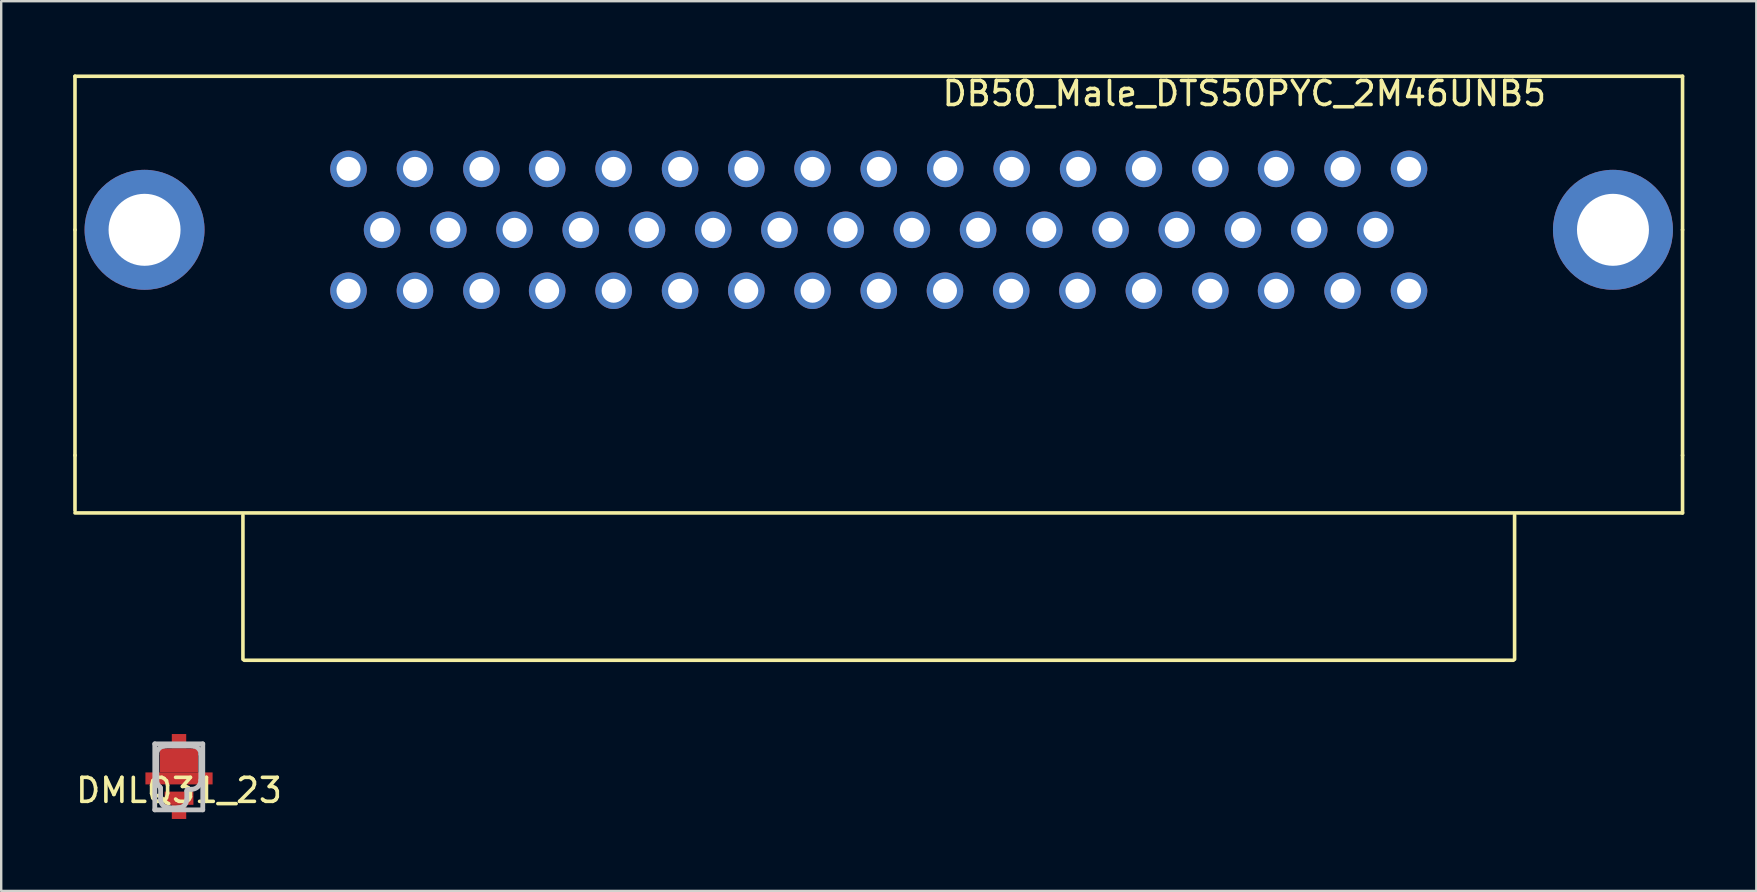
<source format=kicad_pcb>
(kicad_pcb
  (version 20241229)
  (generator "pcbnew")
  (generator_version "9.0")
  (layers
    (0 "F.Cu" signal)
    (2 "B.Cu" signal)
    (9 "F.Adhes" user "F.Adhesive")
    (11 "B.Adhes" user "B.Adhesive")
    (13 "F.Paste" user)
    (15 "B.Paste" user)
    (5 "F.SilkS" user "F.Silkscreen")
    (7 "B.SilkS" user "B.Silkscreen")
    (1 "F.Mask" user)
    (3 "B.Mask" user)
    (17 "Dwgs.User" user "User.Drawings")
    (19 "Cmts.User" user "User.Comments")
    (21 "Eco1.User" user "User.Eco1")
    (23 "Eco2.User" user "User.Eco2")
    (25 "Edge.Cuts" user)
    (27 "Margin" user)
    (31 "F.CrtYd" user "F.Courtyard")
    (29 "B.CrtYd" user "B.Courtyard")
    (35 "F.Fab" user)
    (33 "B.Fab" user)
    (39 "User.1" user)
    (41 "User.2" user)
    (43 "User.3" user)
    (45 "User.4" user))
  (footprint "DMLQ31_23"
    (layer "F.Cu")
    (at 4.411 29.393)
    (property "Reference" "DMLQ31_23" (at 0 0.5 180) (layer "F.SilkS") (effects (font (size 1 1) (thickness 0.15))))
    (attr through_hole)
    (fp_line (start -1.01 -1.44) (end -1.01 1.31) (stroke (width 0.2) (type solid)) (layer "Dwgs.User"))
    (fp_line (start -1.01 1.31) (end 0.99 1.31) (stroke (width 0.2) (type solid)) (layer "Dwgs.User"))
    (fp_line (start -0.927 -1.01) (end -0.927 0.07) (stroke (width 0.2) (type solid)) (layer "Dwgs.User"))
    (fp_line (start -0.768 0.414) (end -0.768 0.884) (stroke (width 0.2) (type solid)) (layer "Dwgs.User"))
    (fp_line (start -0.385 1.228) (end -0.06 1.228) (stroke (width 0.2) (type solid)) (layer "Dwgs.User"))
    (fp_line (start 0.323 0.88) (end 0.323 0.52) (stroke (width 0.2) (type solid)) (layer "Dwgs.User"))
    (fp_line (start 0.39 0.453) (end 0.525 0.453) (stroke (width 0.2) (type solid)) (layer "Dwgs.User"))
    (fp_line (start 0.525 -1.358) (end -0.545 -1.358) (stroke (width 0.2) (type solid)) (layer "Dwgs.User"))
    (fp_line (start 0.908 0.07) (end 0.908 -1.01) (stroke (width 0.2) (type solid)) (layer "Dwgs.User"))
    (fp_line (start 0.99 -1.44) (end -1.01 -1.44) (stroke (width 0.2) (type solid)) (layer "Dwgs.User"))
    (fp_line (start 0.99 1.31) (end 0.99 -1.44) (stroke (width 0.2) (type solid)) (layer "Dwgs.User"))
    (fp_arc (start -0.927578 -1.009915) (mid -0.844249 -1.232691) (end -0.635172 -1.346092) (stroke (width 0.2) (type solid)) (layer "Dwgs.User"))
    (fp_arc (start -0.791427 0.362834) (mid -0.77381 0.38587) (end -0.767548 0.414187) (stroke (width 0.2) (type solid)) (layer "Dwgs.User"))
    (fp_arc (start -0.791388 0.362842) (mid -0.891815 0.231522) (end -0.927509 0.070102) (stroke (width 0.2) (type solid)) (layer "Dwgs.User"))
    (fp_arc (start -0.635103 -1.346092) (mid -0.590279 -1.355043) (end -0.544668 -1.358043) (stroke (width 0.2) (type solid)) (layer "Dwgs.User"))
    (fp_arc (start -0.475477 1.216283) (mid -0.683402 1.104228) (end -0.767895 0.88366) (stroke (width 0.2) (type solid)) (layer "Dwgs.User"))
    (fp_arc (start -0.385 1.228228) (mid -0.430603 1.225228) (end -0.47542 1.216281) (stroke (width 0.2) (type solid)) (layer "Dwgs.User"))
    (fp_arc (start 0.030631 1.216276) (mid -0.014193 1.225227) (end -0.059804 1.228227) (stroke (width 0.2) (type solid)) (layer "Dwgs.User"))
    (fp_arc (start 0.323106 0.880099) (mid 0.239777 1.102875) (end 0.0307 1.216276) (stroke (width 0.2) (type solid)) (layer "Dwgs.User"))
    (fp_arc (start 0.323231 0.520083) (mid 0.342902 0.472594) (end 0.390391 0.452923) (stroke (width 0.2) (type solid)) (layer "Dwgs.User"))
    (fp_arc (start 0.525156 -1.358044) (mid 0.570767 -1.355043) (end 0.615591 -1.346092) (stroke (width 0.2) (type solid)) (layer "Dwgs.User"))
    (fp_arc (start 0.61566 -1.346092) (mid 0.824737 -1.232691) (end 0.908066 -1.009915) (stroke (width 0.2) (type solid)) (layer "Dwgs.User"))
    (fp_arc (start 0.907996 0.070102) (mid 0.795865 0.340811) (end 0.525156 0.452942) (stroke (width 0.2) (type solid)) (layer "Dwgs.User"))
    (pad "1" smd rect (at 0 0.825) (size 1.2 0.55) (layers "F.Cu" "F.Mask" "F.Paste"))
    (pad "1" smd rect (at 0 1.39) (size 0.6 0.6) (layers "F.Cu" "F.Mask" "F.Paste"))
    (pad "2" smd rect (at 0 -1.55) (size 0.6 0.6) (layers "F.Cu" "F.Mask" "F.Paste"))
    (pad "2" smd rect (at 0 -0.75) (size 1.6 1) (layers "F.Cu" "F.Mask" "F.Paste"))
    (pad "2" smd rect (at 0 0) (size 2.8 0.5) (layers "F.Cu" "F.Mask" "F.Paste")))
  (footprint "DB50_Male_DTS50PYC_2M46UNB5"
    (layer "F.Cu")
    (at 33.575 6.528)
    (property "Reference" "DB50_Male_DTS50PYC_2M46UNB5" (at 15.235 -5.68 0) (layer "F.SilkS") (effects (font (size 1 1) (thickness 0.15))))
    (attr through_hole)
    (fp_line (start -33.5 -6.4) (end 33.5 -6.4) (stroke (width 0.15) (type solid)) (layer "F.SilkS"))
    (fp_line (start -33.5 0) (end -33.5 -6.4) (stroke (width 0.15) (type solid)) (layer "F.SilkS"))
    (fp_line (start -33.5 0) (end -33.5 9.4) (stroke (width 0.15) (type solid)) (layer "F.SilkS"))
    (fp_line (start -33.5 9.4) (end -33.5 11.7) (stroke (width 0.15) (type solid)) (layer "F.SilkS"))
    (fp_line (start -33.5 11.8) (end 33.5 11.8) (stroke (width 0.15) (type solid)) (layer "F.SilkS"))
    (fp_line (start -26.5 17.9) (end -26.5 11.9) (stroke (width 0.15) (type solid)) (layer "F.SilkS"))
    (fp_line (start -26.45 17.94) (end 26.45 17.94) (stroke (width 0.15) (type solid)) (layer "F.SilkS"))
    (fp_line (start 26.5 17.9) (end 26.5 11.9) (stroke (width 0.15) (type solid)) (layer "F.SilkS"))
    (fp_line (start 33.5 -6.4) (end 33.5 0) (stroke (width 0.15) (type solid)) (layer "F.SilkS"))
    (fp_line (start 33.5 9.4) (end 33.5 0) (stroke (width 0.15) (type solid)) (layer "F.SilkS"))
    (fp_line (start 33.5 9.4) (end 33.5 11.8) (stroke (width 0.15) (type solid)) (layer "F.SilkS"))
    (pad "0" thru_hole circle (at -30.6 0) (size 5 5) (drill 3) (layers "*.Cu" "*.Mask"))
    (pad "0" thru_hole circle (at 30.6 0) (size 5 5) (drill 3) (layers "*.Cu" "*.Mask"))
    (pad "1" thru_hole circle (at -22.1 -2.54) (size 1.524 1.524) (drill 1) (layers "*.Cu" "*.Mask"))
    (pad "2" thru_hole circle (at -19.33 -2.54) (size 1.524 1.524) (drill 1) (layers "*.Cu" "*.Mask"))
    (pad "3" thru_hole circle (at -16.56 -2.54) (size 1.524 1.524) (drill 1) (layers "*.Cu" "*.Mask"))
    (pad "4" thru_hole circle (at -13.82 -2.54) (size 1.524 1.524) (drill 1) (layers "*.Cu" "*.Mask"))
    (pad "5" thru_hole circle (at -11.05 -2.54) (size 1.524 1.524) (drill 1) (layers "*.Cu" "*.Mask"))
    (pad "6" thru_hole circle (at -8.28 -2.54) (size 1.524 1.524) (drill 1) (layers "*.Cu" "*.Mask"))
    (pad "7" thru_hole circle (at -5.52 -2.54) (size 1.524 1.524) (drill 1) (layers "*.Cu" "*.Mask"))
    (pad "8" thru_hole circle (at -2.76 -2.54) (size 1.524 1.524) (drill 1) (layers "*.Cu" "*.Mask"))
    (pad "9" thru_hole circle (at 0 -2.54) (size 1.524 1.524) (drill 1) (layers "*.Cu" "*.Mask"))
    (pad "10" thru_hole circle (at 2.77 -2.54) (size 1.524 1.524) (drill 1) (layers "*.Cu" "*.Mask"))
    (pad "11" thru_hole circle (at 5.54 -2.54) (size 1.524 1.524) (drill 1) (layers "*.Cu" "*.Mask"))
    (pad "12" thru_hole circle (at 8.31 -2.54) (size 1.524 1.524) (drill 1) (layers "*.Cu" "*.Mask"))
    (pad "13" thru_hole circle (at 11.05 -2.54) (size 1.524 1.524) (drill 1) (layers "*.Cu" "*.Mask"))
    (pad "14" thru_hole circle (at 13.82 -2.54) (size 1.524 1.524) (drill 1) (layers "*.Cu" "*.Mask"))
    (pad "15" thru_hole circle (at 16.56 -2.54) (size 1.524 1.524) (drill 1) (layers "*.Cu" "*.Mask"))
    (pad "16" thru_hole circle (at 19.33 -2.54) (size 1.524 1.524) (drill 1) (layers "*.Cu" "*.Mask"))
    (pad "17" thru_hole circle (at 22.1 -2.54) (size 1.524 1.524) (drill 1) (layers "*.Cu" "*.Mask"))
    (pad "18" thru_hole circle (at -20.7 0) (size 1.524 1.524) (drill 1) (layers "*.Cu" "*.Mask"))
    (pad "19" thru_hole circle (at -17.94 0) (size 1.524 1.524) (drill 1) (layers "*.Cu" "*.Mask"))
    (pad "20" thru_hole circle (at -15.18 0) (size 1.524 1.524) (drill 1) (layers "*.Cu" "*.Mask"))
    (pad "21" thru_hole circle (at -12.42 0) (size 1.524 1.524) (drill 1) (layers "*.Cu" "*.Mask"))
    (pad "22" thru_hole circle (at -9.66 0) (size 1.524 1.524) (drill 1) (layers "*.Cu" "*.Mask"))
    (pad "23" thru_hole circle (at -6.9 0) (size 1.524 1.524) (drill 1) (layers "*.Cu" "*.Mask"))
    (pad "24" thru_hole circle (at -4.14 0) (size 1.524 1.524) (drill 1) (layers "*.Cu" "*.Mask"))
    (pad "25" thru_hole circle (at -1.38 0) (size 1.524 1.524) (drill 1) (layers "*.Cu" "*.Mask"))
    (pad "26" thru_hole circle (at 1.38 0) (size 1.524 1.524) (drill 1) (layers "*.Cu" "*.Mask"))
    (pad "27" thru_hole circle (at 4.14 0) (size 1.524 1.524) (drill 1) (layers "*.Cu" "*.Mask"))
    (pad "28" thru_hole circle (at 6.9 0) (size 1.524 1.524) (drill 1) (layers "*.Cu" "*.Mask"))
    (pad "29" thru_hole circle (at 9.66 0) (size 1.524 1.524) (drill 1) (layers "*.Cu" "*.Mask"))
    (pad "30" thru_hole circle (at 12.42 0) (size 1.524 1.524) (drill 1) (layers "*.Cu" "*.Mask"))
    (pad "31" thru_hole circle (at 15.18 0) (size 1.524 1.524) (drill 1) (layers "*.Cu" "*.Mask"))
    (pad "32" thru_hole circle (at 17.94 0) (size 1.524 1.524) (drill 1) (layers "*.Cu" "*.Mask"))
    (pad "33" thru_hole circle (at 20.7 0) (size 1.524 1.524) (drill 1) (layers "*.Cu" "*.Mask"))
    (pad "34" thru_hole circle (at -22.1 2.54) (size 1.524 1.524) (drill 1) (layers "*.Cu" "*.Mask"))
    (pad "35" thru_hole circle (at -19.33 2.54) (size 1.524 1.524) (drill 1) (layers "*.Cu" "*.Mask"))
    (pad "36" thru_hole circle (at -16.56 2.54) (size 1.524 1.524) (drill 1) (layers "*.Cu" "*.Mask"))
    (pad "37" thru_hole circle (at -13.82 2.54) (size 1.524 1.524) (drill 1) (layers "*.Cu" "*.Mask"))
    (pad "38" thru_hole circle (at -11.05 2.54) (size 1.524 1.524) (drill 1) (layers "*.Cu" "*.Mask"))
    (pad "39" thru_hole circle (at -8.28 2.54) (size 1.524 1.524) (drill 1) (layers "*.Cu" "*.Mask"))
    (pad "40" thru_hole circle (at -5.52 2.54) (size 1.524 1.524) (drill 1) (layers "*.Cu" "*.Mask"))
    (pad "41" thru_hole circle (at -2.76 2.54) (size 1.524 1.524) (drill 1) (layers "*.Cu" "*.Mask"))
    (pad "42" thru_hole circle (at 0 2.54) (size 1.524 1.524) (drill 1) (layers "*.Cu" "*.Mask"))
    (pad "43" thru_hole circle (at 2.76 2.54) (size 1.524 1.524) (drill 1) (layers "*.Cu" "*.Mask"))
    (pad "44" thru_hole circle (at 5.52 2.54) (size 1.524 1.524) (drill 1) (layers "*.Cu" "*.Mask"))
    (pad "45" thru_hole circle (at 8.28 2.54) (size 1.524 1.524) (drill 1) (layers "*.Cu" "*.Mask"))
    (pad "46" thru_hole circle (at 11.05 2.54) (size 1.524 1.524) (drill 1) (layers "*.Cu" "*.Mask"))
    (pad "47" thru_hole circle (at 13.82 2.54) (size 1.524 1.524) (drill 1) (layers "*.Cu" "*.Mask"))
    (pad "48" thru_hole circle (at 16.56 2.54) (size 1.524 1.524) (drill 1) (layers "*.Cu" "*.Mask"))
    (pad "49" thru_hole circle (at 19.33 2.54) (size 1.524 1.524) (drill 1) (layers "*.Cu" "*.Mask"))
    (pad "50" thru_hole circle (at 22.1 2.54) (size 1.524 1.524) (drill 1) (layers "*.Cu" "*.Mask")))
  (gr_rect
    (start -3 -3)
    (end 70.15 34.083)
    (stroke (width 0.1) (type default))
    (fill no)
    (layer "Edge.Cuts")))
</source>
